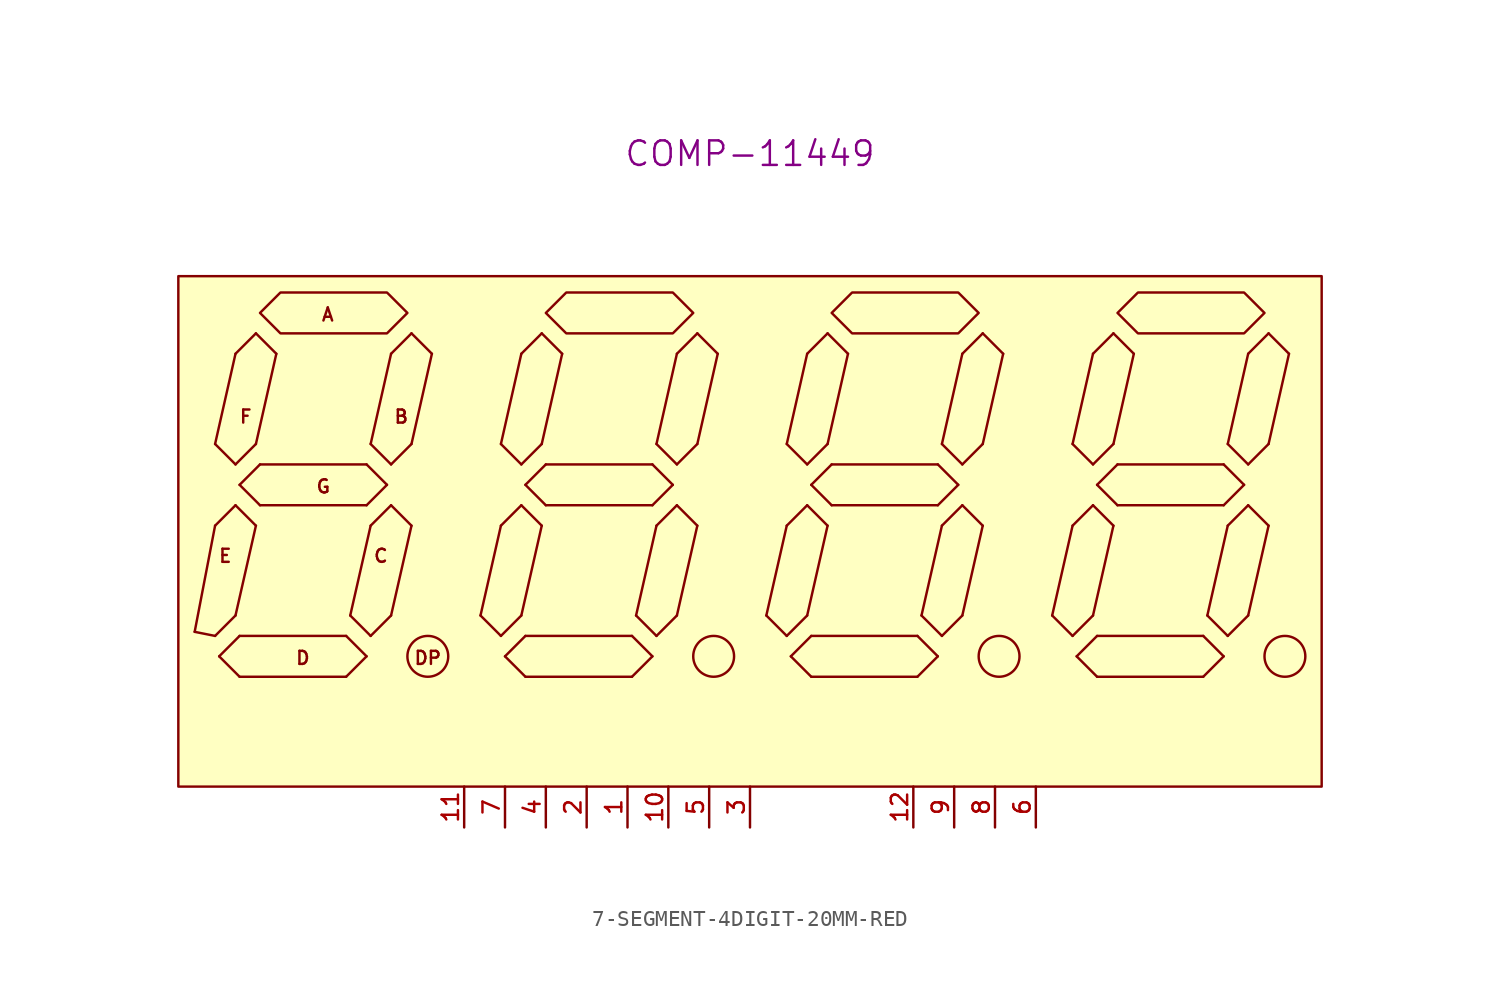
<source format=kicad_sym>
(kicad_symbol_lib
  (version 20211014)
  (generator kicad_symbol_editor)
  (symbol "7-SEGMENT-4DIGIT-20MM-RED"
    (pin_names
      (offset 1.016) hide)
    (property "Reference" "DISP"
      (at 0 20.32 0)
      (effects (font (size 1.143 1.143)) hide))
    (property "Field4" "COMP-11449"
      (at 0 24.13 0)
      (effects (font (size 1.524 1.524))))
    (property "ki_locked" ""
      (at 0 0 0)
      (effects (font (size 1.27 1.27))))
    (symbol "7-SEGMENT-4DIGIT-20MM-RED_1_0"
      (polyline (pts (xy -34.544 -5.613) (xy -33.274 -5.867)) (stroke (width 0) (type default) (color 0 0 0 0)) (fill (type none)))
      (polyline (pts (xy -33.274 -5.867) (xy -32.004 -4.597)) (stroke (width 0) (type default) (color 0 0 0 0)) (fill (type none)))
      (polyline (pts (xy -33.274 0.991) (xy -34.544 -5.613)) (stroke (width 0) (type default) (color 0 0 0 0)) (fill (type none)))
      (polyline (pts (xy -33.274 6.071) (xy -32.004 4.801)) (stroke (width 0) (type default) (color 0 0 0 0)) (fill (type none)))
      (polyline (pts (xy -33.02 -7.137) (xy -31.75 -8.407)) (stroke (width 0) (type default) (color 0 0 0 0)) (fill (type none)))
      (polyline (pts (xy -33.02 -7.137) (xy -31.75 -5.867)) (stroke (width 0) (type default) (color 0 0 0 0)) (fill (type none)))
      (polyline (pts (xy -32.004 -4.597) (xy -30.734 0.991)) (stroke (width 0) (type default) (color 0 0 0 0)) (fill (type none)))
      (polyline (pts (xy -32.004 2.261) (xy -33.274 0.991)) (stroke (width 0) (type default) (color 0 0 0 0)) (fill (type none)))
      (polyline (pts (xy -32.004 2.261) (xy -30.734 0.991)) (stroke (width 0) (type default) (color 0 0 0 0)) (fill (type none)))
      (polyline (pts (xy -32.004 4.801) (xy -30.734 6.071)) (stroke (width 0) (type default) (color 0 0 0 0)) (fill (type none)))
      (polyline (pts (xy -32.004 11.684) (xy -33.274 6.071)) (stroke (width 0) (type default) (color 0 0 0 0)) (fill (type none)))
      (polyline (pts (xy -31.75 -8.407) (xy -25.121 -8.407)) (stroke (width 0) (type default) (color 0 0 0 0)) (fill (type none)))
      (polyline (pts (xy -31.75 3.531) (xy -30.48 2.261)) (stroke (width 0) (type default) (color 0 0 0 0)) (fill (type none)))
      (polyline (pts (xy -31.75 3.531) (xy -30.48 4.801)) (stroke (width 0) (type default) (color 0 0 0 0)) (fill (type none)))
      (polyline (pts (xy -30.734 6.071) (xy -29.464 11.684)) (stroke (width 0) (type default) (color 0 0 0 0)) (fill (type none)))
      (polyline (pts (xy -30.734 12.954) (xy -32.004 11.684)) (stroke (width 0) (type default) (color 0 0 0 0)) (fill (type none)))
      (polyline (pts (xy -30.734 12.954) (xy -29.464 11.684)) (stroke (width 0) (type default) (color 0 0 0 0)) (fill (type none)))
      (polyline (pts (xy -30.48 2.261) (xy -23.851 2.261)) (stroke (width 0) (type default) (color 0 0 0 0)) (fill (type none)))
      (polyline (pts (xy -25.121 -8.407) (xy -23.851 -7.137)) (stroke (width 0) (type default) (color 0 0 0 0)) (fill (type none)))
      (polyline (pts (xy -25.121 -5.867) (xy -31.75 -5.867)) (stroke (width 0) (type default) (color 0 0 0 0)) (fill (type none)))
      (polyline (pts (xy -24.867 -4.597) (xy -23.597 -5.867)) (stroke (width 0) (type default) (color 0 0 0 0)) (fill (type none)))
      (polyline (pts (xy -23.851 -7.137) (xy -25.121 -5.867)) (stroke (width 0) (type default) (color 0 0 0 0)) (fill (type none)))
      (polyline (pts (xy -23.851 2.261) (xy -22.581 3.531)) (stroke (width 0) (type default) (color 0 0 0 0)) (fill (type none)))
      (polyline (pts (xy -23.851 4.801) (xy -30.48 4.801)) (stroke (width 0) (type default) (color 0 0 0 0)) (fill (type none)))
      (polyline (pts (xy -23.597 -5.867) (xy -22.327 -4.597)) (stroke (width 0) (type default) (color 0 0 0 0)) (fill (type none)))
      (polyline (pts (xy -23.597 0.991) (xy -24.867 -4.597)) (stroke (width 0) (type default) (color 0 0 0 0)) (fill (type none)))
      (polyline (pts (xy -23.597 6.071) (xy -22.327 4.801)) (stroke (width 0) (type default) (color 0 0 0 0)) (fill (type none)))
      (polyline (pts (xy -22.581 3.531) (xy -23.851 4.801)) (stroke (width 0) (type default) (color 0 0 0 0)) (fill (type none)))
      (polyline (pts (xy -22.327 -4.597) (xy -21.057 0.991)) (stroke (width 0) (type default) (color 0 0 0 0)) (fill (type none)))
      (polyline (pts (xy -22.327 2.261) (xy -23.597 0.991)) (stroke (width 0) (type default) (color 0 0 0 0)) (fill (type none)))
      (polyline (pts (xy -22.327 2.261) (xy -21.057 0.991)) (stroke (width 0) (type default) (color 0 0 0 0)) (fill (type none)))
      (polyline (pts (xy -22.327 4.801) (xy -21.057 6.071)) (stroke (width 0) (type default) (color 0 0 0 0)) (fill (type none)))
      (polyline (pts (xy -22.327 11.684) (xy -23.597 6.071)) (stroke (width 0) (type default) (color 0 0 0 0)) (fill (type none)))
      (polyline (pts (xy -21.057 6.071) (xy -19.787 11.684)) (stroke (width 0) (type default) (color 0 0 0 0)) (fill (type none)))
      (polyline (pts (xy -21.057 12.954) (xy -22.327 11.684)) (stroke (width 0) (type default) (color 0 0 0 0)) (fill (type none)))
      (polyline (pts (xy -21.057 12.954) (xy -19.787 11.684)) (stroke (width 0) (type default) (color 0 0 0 0)) (fill (type none)))
      (polyline (pts (xy -16.764 -4.597) (xy -15.494 -5.867)) (stroke (width 0) (type default) (color 0 0 0 0)) (fill (type none)))
      (polyline (pts (xy -15.494 -5.867) (xy -14.224 -4.597)) (stroke (width 0) (type default) (color 0 0 0 0)) (fill (type none)))
      (polyline (pts (xy -15.494 0.991) (xy -16.764 -4.597)) (stroke (width 0) (type default) (color 0 0 0 0)) (fill (type none)))
      (polyline (pts (xy -15.494 6.071) (xy -14.224 4.801)) (stroke (width 0) (type default) (color 0 0 0 0)) (fill (type none)))
      (polyline (pts (xy -15.24 -7.137) (xy -13.97 -8.407)) (stroke (width 0) (type default) (color 0 0 0 0)) (fill (type none)))
      (polyline (pts (xy -15.24 -7.137) (xy -13.97 -5.867)) (stroke (width 0) (type default) (color 0 0 0 0)) (fill (type none)))
      (polyline (pts (xy -14.224 -4.597) (xy -12.954 0.991)) (stroke (width 0) (type default) (color 0 0 0 0)) (fill (type none)))
      (polyline (pts (xy -14.224 2.261) (xy -15.494 0.991)) (stroke (width 0) (type default) (color 0 0 0 0)) (fill (type none)))
      (polyline (pts (xy -14.224 2.261) (xy -12.954 0.991)) (stroke (width 0) (type default) (color 0 0 0 0)) (fill (type none)))
      (polyline (pts (xy -14.224 4.801) (xy -12.954 6.071)) (stroke (width 0) (type default) (color 0 0 0 0)) (fill (type none)))
      (polyline (pts (xy -14.224 11.684) (xy -15.494 6.071)) (stroke (width 0) (type default) (color 0 0 0 0)) (fill (type none)))
      (polyline (pts (xy -13.97 -8.407) (xy -7.341 -8.407)) (stroke (width 0) (type default) (color 0 0 0 0)) (fill (type none)))
      (polyline (pts (xy -13.97 3.531) (xy -12.7 2.261)) (stroke (width 0) (type default) (color 0 0 0 0)) (fill (type none)))
      (polyline (pts (xy -13.97 3.531) (xy -12.7 4.801)) (stroke (width 0) (type default) (color 0 0 0 0)) (fill (type none)))
      (polyline (pts (xy -12.954 6.071) (xy -11.684 11.684)) (stroke (width 0) (type default) (color 0 0 0 0)) (fill (type none)))
      (polyline (pts (xy -12.954 12.954) (xy -14.224 11.684)) (stroke (width 0) (type default) (color 0 0 0 0)) (fill (type none)))
      (polyline (pts (xy -12.954 12.954) (xy -11.684 11.684)) (stroke (width 0) (type default) (color 0 0 0 0)) (fill (type none)))
      (polyline (pts (xy -12.7 2.261) (xy -6.071 2.261)) (stroke (width 0) (type default) (color 0 0 0 0)) (fill (type none)))
      (polyline (pts (xy -7.341 -8.407) (xy -6.071 -7.137)) (stroke (width 0) (type default) (color 0 0 0 0)) (fill (type none)))
      (polyline (pts (xy -7.341 -5.867) (xy -13.97 -5.867)) (stroke (width 0) (type default) (color 0 0 0 0)) (fill (type none)))
      (polyline (pts (xy -7.087 -4.597) (xy -5.817 -5.867)) (stroke (width 0) (type default) (color 0 0 0 0)) (fill (type none)))
      (polyline (pts (xy -6.071 -7.137) (xy -7.341 -5.867)) (stroke (width 0) (type default) (color 0 0 0 0)) (fill (type none)))
      (polyline (pts (xy -6.071 2.261) (xy -4.801 3.531)) (stroke (width 0) (type default) (color 0 0 0 0)) (fill (type none)))
      (polyline (pts (xy -6.071 4.801) (xy -12.7 4.801)) (stroke (width 0) (type default) (color 0 0 0 0)) (fill (type none)))
      (polyline (pts (xy -5.817 -5.867) (xy -4.547 -4.597)) (stroke (width 0) (type default) (color 0 0 0 0)) (fill (type none)))
      (polyline (pts (xy -5.817 0.991) (xy -7.087 -4.597)) (stroke (width 0) (type default) (color 0 0 0 0)) (fill (type none)))
      (polyline (pts (xy -5.817 6.071) (xy -4.547 4.801)) (stroke (width 0) (type default) (color 0 0 0 0)) (fill (type none)))
      (polyline (pts (xy -4.801 3.531) (xy -6.071 4.801)) (stroke (width 0) (type default) (color 0 0 0 0)) (fill (type none)))
      (polyline (pts (xy -4.547 -4.597) (xy -3.277 0.991)) (stroke (width 0) (type default) (color 0 0 0 0)) (fill (type none)))
      (polyline (pts (xy -4.547 2.261) (xy -5.817 0.991)) (stroke (width 0) (type default) (color 0 0 0 0)) (fill (type none)))
      (polyline (pts (xy -4.547 2.261) (xy -3.277 0.991)) (stroke (width 0) (type default) (color 0 0 0 0)) (fill (type none)))
      (polyline (pts (xy -4.547 4.801) (xy -3.277 6.071)) (stroke (width 0) (type default) (color 0 0 0 0)) (fill (type none)))
      (polyline (pts (xy -4.547 11.684) (xy -5.817 6.071)) (stroke (width 0) (type default) (color 0 0 0 0)) (fill (type none)))
      (polyline (pts (xy -3.277 6.071) (xy -2.007 11.684)) (stroke (width 0) (type default) (color 0 0 0 0)) (fill (type none)))
      (polyline (pts (xy -3.277 12.954) (xy -4.547 11.684)) (stroke (width 0) (type default) (color 0 0 0 0)) (fill (type none)))
      (polyline (pts (xy -3.277 12.954) (xy -2.007 11.684)) (stroke (width 0) (type default) (color 0 0 0 0)) (fill (type none)))
      (polyline (pts (xy 1.016 -4.597) (xy 2.286 -5.867)) (stroke (width 0) (type default) (color 0 0 0 0)) (fill (type none)))
      (polyline (pts (xy 2.286 -5.867) (xy 3.556 -4.597)) (stroke (width 0) (type default) (color 0 0 0 0)) (fill (type none)))
      (polyline (pts (xy 2.286 0.991) (xy 1.016 -4.597)) (stroke (width 0) (type default) (color 0 0 0 0)) (fill (type none)))
      (polyline (pts (xy 2.286 6.071) (xy 3.556 4.801)) (stroke (width 0) (type default) (color 0 0 0 0)) (fill (type none)))
      (polyline (pts (xy 2.54 -7.137) (xy 3.81 -8.407)) (stroke (width 0) (type default) (color 0 0 0 0)) (fill (type none)))
      (polyline (pts (xy 2.54 -7.137) (xy 3.81 -5.867)) (stroke (width 0) (type default) (color 0 0 0 0)) (fill (type none)))
      (polyline (pts (xy 3.556 -4.597) (xy 4.826 0.991)) (stroke (width 0) (type default) (color 0 0 0 0)) (fill (type none)))
      (polyline (pts (xy 3.556 2.261) (xy 2.286 0.991)) (stroke (width 0) (type default) (color 0 0 0 0)) (fill (type none)))
      (polyline (pts (xy 3.556 2.261) (xy 4.826 0.991)) (stroke (width 0) (type default) (color 0 0 0 0)) (fill (type none)))
      (polyline (pts (xy 3.556 4.801) (xy 4.826 6.071)) (stroke (width 0) (type default) (color 0 0 0 0)) (fill (type none)))
      (polyline (pts (xy 3.556 11.684) (xy 2.286 6.071)) (stroke (width 0) (type default) (color 0 0 0 0)) (fill (type none)))
      (polyline (pts (xy 3.81 -8.407) (xy 10.414 -8.407)) (stroke (width 0) (type default) (color 0 0 0 0)) (fill (type none)))
      (polyline (pts (xy 3.81 3.531) (xy 5.08 2.261)) (stroke (width 0) (type default) (color 0 0 0 0)) (fill (type none)))
      (polyline (pts (xy 3.81 3.531) (xy 5.08 4.801)) (stroke (width 0) (type default) (color 0 0 0 0)) (fill (type none)))
      (polyline (pts (xy 4.826 6.071) (xy 6.096 11.684)) (stroke (width 0) (type default) (color 0 0 0 0)) (fill (type none)))
      (polyline (pts (xy 4.826 12.954) (xy 3.556 11.684)) (stroke (width 0) (type default) (color 0 0 0 0)) (fill (type none)))
      (polyline (pts (xy 4.826 12.954) (xy 6.096 11.684)) (stroke (width 0) (type default) (color 0 0 0 0)) (fill (type none)))
      (polyline (pts (xy 5.08 2.261) (xy 11.684 2.261)) (stroke (width 0) (type default) (color 0 0 0 0)) (fill (type none)))
      (polyline (pts (xy 10.414 -8.407) (xy 11.684 -7.137)) (stroke (width 0) (type default) (color 0 0 0 0)) (fill (type none)))
      (polyline (pts (xy 10.414 -5.867) (xy 3.81 -5.867)) (stroke (width 0) (type default) (color 0 0 0 0)) (fill (type none)))
      (polyline (pts (xy 10.668 -4.597) (xy 11.938 -5.867)) (stroke (width 0) (type default) (color 0 0 0 0)) (fill (type none)))
      (polyline (pts (xy 11.684 -7.137) (xy 10.414 -5.867)) (stroke (width 0) (type default) (color 0 0 0 0)) (fill (type none)))
      (polyline (pts (xy 11.684 2.261) (xy 12.954 3.531)) (stroke (width 0) (type default) (color 0 0 0 0)) (fill (type none)))
      (polyline (pts (xy 11.684 4.801) (xy 5.08 4.801)) (stroke (width 0) (type default) (color 0 0 0 0)) (fill (type none)))
      (polyline (pts (xy 11.938 -5.867) (xy 13.208 -4.597)) (stroke (width 0) (type default) (color 0 0 0 0)) (fill (type none)))
      (polyline (pts (xy 11.938 0.991) (xy 10.668 -4.597)) (stroke (width 0) (type default) (color 0 0 0 0)) (fill (type none)))
      (polyline (pts (xy 11.938 6.071) (xy 13.208 4.801)) (stroke (width 0) (type default) (color 0 0 0 0)) (fill (type none)))
      (polyline (pts (xy 12.954 3.531) (xy 11.684 4.801)) (stroke (width 0) (type default) (color 0 0 0 0)) (fill (type none)))
      (polyline (pts (xy 13.208 -4.597) (xy 14.478 0.991)) (stroke (width 0) (type default) (color 0 0 0 0)) (fill (type none)))
      (polyline (pts (xy 13.208 2.261) (xy 11.938 0.991)) (stroke (width 0) (type default) (color 0 0 0 0)) (fill (type none)))
      (polyline (pts (xy 13.208 2.261) (xy 14.478 0.991)) (stroke (width 0) (type default) (color 0 0 0 0)) (fill (type none)))
      (polyline (pts (xy 13.208 4.801) (xy 14.478 6.071)) (stroke (width 0) (type default) (color 0 0 0 0)) (fill (type none)))
      (polyline (pts (xy 13.208 11.684) (xy 11.938 6.071)) (stroke (width 0) (type default) (color 0 0 0 0)) (fill (type none)))
      (polyline (pts (xy 14.478 6.071) (xy 15.748 11.684)) (stroke (width 0) (type default) (color 0 0 0 0)) (fill (type none)))
      (polyline (pts (xy 14.478 12.954) (xy 13.208 11.684)) (stroke (width 0) (type default) (color 0 0 0 0)) (fill (type none)))
      (polyline (pts (xy 14.478 12.954) (xy 15.748 11.684)) (stroke (width 0) (type default) (color 0 0 0 0)) (fill (type none)))
      (polyline (pts (xy 18.796 -4.597) (xy 20.066 -5.867)) (stroke (width 0) (type default) (color 0 0 0 0)) (fill (type none)))
      (polyline (pts (xy 20.066 -5.867) (xy 21.336 -4.597)) (stroke (width 0) (type default) (color 0 0 0 0)) (fill (type none)))
      (polyline (pts (xy 20.066 0.991) (xy 18.796 -4.597)) (stroke (width 0) (type default) (color 0 0 0 0)) (fill (type none)))
      (polyline (pts (xy 20.066 6.071) (xy 21.336 4.801)) (stroke (width 0) (type default) (color 0 0 0 0)) (fill (type none)))
      (polyline (pts (xy 20.32 -7.137) (xy 21.59 -8.407)) (stroke (width 0) (type default) (color 0 0 0 0)) (fill (type none)))
      (polyline (pts (xy 20.32 -7.137) (xy 21.59 -5.867)) (stroke (width 0) (type default) (color 0 0 0 0)) (fill (type none)))
      (polyline (pts (xy 21.336 -4.597) (xy 22.606 0.991)) (stroke (width 0) (type default) (color 0 0 0 0)) (fill (type none)))
      (polyline (pts (xy 21.336 2.261) (xy 20.066 0.991)) (stroke (width 0) (type default) (color 0 0 0 0)) (fill (type none)))
      (polyline (pts (xy 21.336 2.261) (xy 22.606 0.991)) (stroke (width 0) (type default) (color 0 0 0 0)) (fill (type none)))
      (polyline (pts (xy 21.336 4.801) (xy 22.606 6.071)) (stroke (width 0) (type default) (color 0 0 0 0)) (fill (type none)))
      (polyline (pts (xy 21.336 11.684) (xy 20.066 6.071)) (stroke (width 0) (type default) (color 0 0 0 0)) (fill (type none)))
      (polyline (pts (xy 21.59 -8.407) (xy 28.194 -8.407)) (stroke (width 0) (type default) (color 0 0 0 0)) (fill (type none)))
      (polyline (pts (xy 21.59 3.531) (xy 22.86 2.261)) (stroke (width 0) (type default) (color 0 0 0 0)) (fill (type none)))
      (polyline (pts (xy 21.59 3.531) (xy 22.86 4.801)) (stroke (width 0) (type default) (color 0 0 0 0)) (fill (type none)))
      (polyline (pts (xy 22.606 6.071) (xy 23.876 11.684)) (stroke (width 0) (type default) (color 0 0 0 0)) (fill (type none)))
      (polyline (pts (xy 22.606 12.954) (xy 21.336 11.684)) (stroke (width 0) (type default) (color 0 0 0 0)) (fill (type none)))
      (polyline (pts (xy 22.606 12.954) (xy 23.876 11.684)) (stroke (width 0) (type default) (color 0 0 0 0)) (fill (type none)))
      (polyline (pts (xy 22.86 2.261) (xy 29.464 2.261)) (stroke (width 0) (type default) (color 0 0 0 0)) (fill (type none)))
      (polyline (pts (xy 28.194 -8.407) (xy 29.464 -7.137)) (stroke (width 0) (type default) (color 0 0 0 0)) (fill (type none)))
      (polyline (pts (xy 28.194 -5.867) (xy 21.59 -5.867)) (stroke (width 0) (type default) (color 0 0 0 0)) (fill (type none)))
      (polyline (pts (xy 28.448 -4.597) (xy 29.718 -5.867)) (stroke (width 0) (type default) (color 0 0 0 0)) (fill (type none)))
      (polyline (pts (xy 29.464 -7.137) (xy 28.194 -5.867)) (stroke (width 0) (type default) (color 0 0 0 0)) (fill (type none)))
      (polyline (pts (xy 29.464 2.261) (xy 30.734 3.531)) (stroke (width 0) (type default) (color 0 0 0 0)) (fill (type none)))
      (polyline (pts (xy 29.464 4.801) (xy 22.86 4.801)) (stroke (width 0) (type default) (color 0 0 0 0)) (fill (type none)))
      (polyline (pts (xy 29.718 -5.867) (xy 30.988 -4.597)) (stroke (width 0) (type default) (color 0 0 0 0)) (fill (type none)))
      (polyline (pts (xy 29.718 0.991) (xy 28.448 -4.597)) (stroke (width 0) (type default) (color 0 0 0 0)) (fill (type none)))
      (polyline (pts (xy 29.718 6.071) (xy 30.988 4.801)) (stroke (width 0) (type default) (color 0 0 0 0)) (fill (type none)))
      (polyline (pts (xy 30.734 3.531) (xy 29.464 4.801)) (stroke (width 0) (type default) (color 0 0 0 0)) (fill (type none)))
      (polyline (pts (xy 30.988 -4.597) (xy 32.258 0.991)) (stroke (width 0) (type default) (color 0 0 0 0)) (fill (type none)))
      (polyline (pts (xy 30.988 2.261) (xy 29.718 0.991)) (stroke (width 0) (type default) (color 0 0 0 0)) (fill (type none)))
      (polyline (pts (xy 30.988 2.261) (xy 32.258 0.991)) (stroke (width 0) (type default) (color 0 0 0 0)) (fill (type none)))
      (polyline (pts (xy 30.988 4.801) (xy 32.258 6.071)) (stroke (width 0) (type default) (color 0 0 0 0)) (fill (type none)))
      (polyline (pts (xy 30.988 11.684) (xy 29.718 6.071)) (stroke (width 0) (type default) (color 0 0 0 0)) (fill (type none)))
      (polyline (pts (xy 32.258 6.071) (xy 33.528 11.684)) (stroke (width 0) (type default) (color 0 0 0 0)) (fill (type none)))
      (polyline (pts (xy 32.258 12.954) (xy 30.988 11.684)) (stroke (width 0) (type default) (color 0 0 0 0)) (fill (type none)))
      (polyline (pts (xy 32.258 12.954) (xy 33.528 11.684)) (stroke (width 0) (type default) (color 0 0 0 0)) (fill (type none)))
      (text "A" (at -26.264 14.122 0) (effects (font (size 0.813 0.813))))
      (text "B" (at -21.692 7.772 0) (effects (font (size 0.813 0.813))))
      (text "C" (at -22.962 -0.889 0) (effects (font (size 0.813 0.813))))
      (text "D" (at -27.813 -7.239 0) (effects (font (size 0.813 0.813))))
      (text "DP" (at -20.041 -7.239 0) (effects (font (size 0.813 0.813))))
      (text "E" (at -32.639 -0.889 0) (effects (font (size 0.813 0.813))))
      (text "F" (at -31.369 7.772 0) (effects (font (size 0.813 0.813))))
      (text "G" (at -26.543 3.429 0) (effects (font (size 0.813 0.813)))))
    (symbol "7-SEGMENT-4DIGIT-20MM-RED_1_1"
      (circle (center -20.041 -7.137) (radius 1.27) (stroke (width 0) (type default) (color 0 0 0 0)) (fill (type none)))
      (circle (center -2.261 -7.137) (radius 1.27) (stroke (width 0) (type default) (color 0 0 0 0)) (fill (type none)))
      (polyline (pts (xy -35.56 16.51) (xy 35.56 16.51) (xy 35.56 -15.24) (xy -35.56 -15.24) (xy -35.56 16.51)) (stroke (width 0) (type default) (color 0 0 0 0)) (fill (type background)))
      (polyline (pts (xy -22.581 15.494) (xy -21.311 14.224) (xy -22.581 12.954) (xy -29.21 12.954) (xy -30.48 14.224) (xy -29.21 15.494) (xy -22.581 15.494)) (stroke (width 0) (type default) (color 0 0 0 0)) (fill (type background)))
      (polyline (pts (xy -4.801 15.494) (xy -3.531 14.224) (xy -4.801 12.954) (xy -11.43 12.954) (xy -12.7 14.224) (xy -11.43 15.494) (xy -4.801 15.494)) (stroke (width 0) (type default) (color 0 0 0 0)) (fill (type background)))
      (polyline (pts (xy 12.954 15.494) (xy 14.224 14.224) (xy 12.954 12.954) (xy 6.35 12.954) (xy 5.08 14.224) (xy 6.35 15.494) (xy 12.954 15.494)) (stroke (width 0) (type default) (color 0 0 0 0)) (fill (type background)))
      (polyline (pts (xy 30.734 15.494) (xy 32.004 14.224) (xy 30.734 12.954) (xy 24.13 12.954) (xy 22.86 14.224) (xy 24.13 15.494) (xy 30.734 15.494)) (stroke (width 0) (type default) (color 0 0 0 0)) (fill (type background)))
      (circle (center 15.494 -7.137) (radius 1.27) (stroke (width 0) (type default) (color 0 0 0 0)) (fill (type none)))
      (circle (center 33.274 -7.137) (radius 1.27) (stroke (width 0) (type default) (color 0 0 0 0)) (fill (type none)))
      (pin bidirectional line (at -7.62 -17.78 90) (length 2.54) (name "E" (effects (font (size 1.016 1.016)))) (number "1" (effects (font (size 1.016 1.016)))))
      (pin bidirectional line (at -5.08 -17.78 90) (length 2.54) (name "F" (effects (font (size 1.016 1.016)))) (number "10" (effects (font (size 1.016 1.016)))))
      (pin bidirectional line (at -17.78 -17.78 90) (length 2.54) (name "A" (effects (font (size 1.016 1.016)))) (number "11" (effects (font (size 1.016 1.016)))))
      (pin bidirectional line (at 10.16 -17.78 90) (length 2.54) (name "D1" (effects (font (size 1.016 1.016)))) (number "12" (effects (font (size 1.016 1.016)))))
      (pin bidirectional line (at -10.16 -17.78 90) (length 2.54) (name "D" (effects (font (size 1.016 1.016)))) (number "2" (effects (font (size 1.016 1.016)))))
      (pin bidirectional line (at 0 -17.78 90) (length 2.54) (name "DP" (effects (font (size 1.016 1.016)))) (number "3" (effects (font (size 1.016 1.016)))))
      (pin bidirectional line (at -12.7 -17.78 90) (length 2.54) (name "C" (effects (font (size 1.016 1.016)))) (number "4" (effects (font (size 1.016 1.016)))))
      (pin bidirectional line (at -2.54 -17.78 90) (length 2.54) (name "G" (effects (font (size 1.016 1.016)))) (number "5" (effects (font (size 1.016 1.016)))))
      (pin bidirectional line (at 17.78 -17.78 90) (length 2.54) (name "D4" (effects (font (size 1.016 1.016)))) (number "6" (effects (font (size 1.016 1.016)))))
      (pin bidirectional line (at -15.24 -17.78 90) (length 2.54) (name "B" (effects (font (size 1.016 1.016)))) (number "7" (effects (font (size 1.016 1.016)))))
      (pin bidirectional line (at 15.24 -17.78 90) (length 2.54) (name "D3" (effects (font (size 1.016 1.016)))) (number "8" (effects (font (size 1.016 1.016)))))
      (pin bidirectional line (at 12.7 -17.78 90) (length 2.54) (name "D2" (effects (font (size 1.016 1.016)))) (number "9" (effects (font (size 1.016 1.016))))))))
</source>
